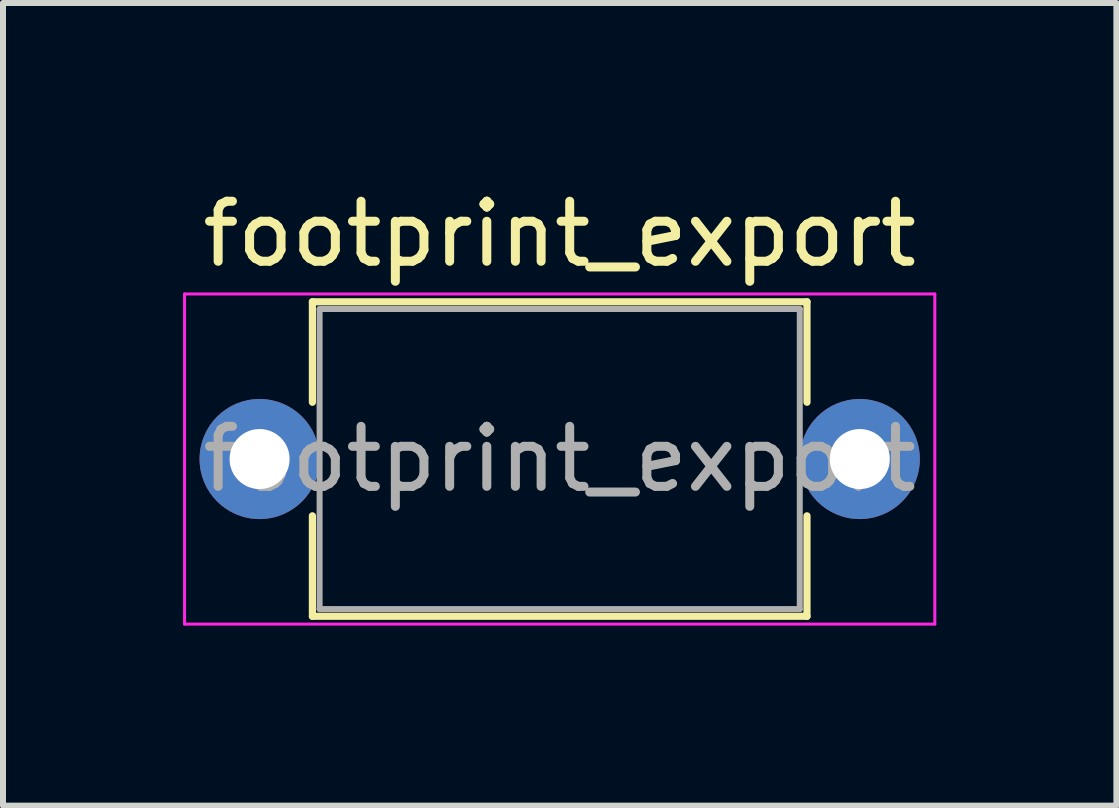
<source format=kicad_pcb>
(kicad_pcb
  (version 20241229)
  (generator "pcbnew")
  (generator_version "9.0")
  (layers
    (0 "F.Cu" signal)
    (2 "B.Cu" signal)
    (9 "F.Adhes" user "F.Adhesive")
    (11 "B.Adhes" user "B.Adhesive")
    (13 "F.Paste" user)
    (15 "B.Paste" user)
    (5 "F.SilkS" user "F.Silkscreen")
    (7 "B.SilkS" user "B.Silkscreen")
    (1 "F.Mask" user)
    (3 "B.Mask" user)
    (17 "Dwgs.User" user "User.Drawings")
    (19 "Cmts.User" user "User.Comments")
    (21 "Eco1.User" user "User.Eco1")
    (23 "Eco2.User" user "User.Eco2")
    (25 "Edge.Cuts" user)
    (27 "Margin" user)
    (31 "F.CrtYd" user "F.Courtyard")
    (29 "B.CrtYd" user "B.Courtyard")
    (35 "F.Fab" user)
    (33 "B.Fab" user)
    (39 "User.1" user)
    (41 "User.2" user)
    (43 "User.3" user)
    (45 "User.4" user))
  (footprint "footprint_export"
    (layer "F.Cu")
    (at 1.275 4.598)
    (property "Reference" "footprint_export" (at 5 -3.75 0) (layer "F.SilkS") (effects (font (size 1 1) (thickness 0.15))))
    (attr through_hole)
    (fp_line (start 0.88 -2.62) (end 0.88 -0.946) (stroke (width 0.12) (type solid)) (layer "F.SilkS"))
    (fp_line (start 0.88 -2.62) (end 9.12 -2.62) (stroke (width 0.12) (type solid)) (layer "F.SilkS"))
    (fp_line (start 0.88 0.946) (end 0.88 2.62) (stroke (width 0.12) (type solid)) (layer "F.SilkS"))
    (fp_line (start 0.88 2.62) (end 9.12 2.62) (stroke (width 0.12) (type solid)) (layer "F.SilkS"))
    (fp_line (start 9.12 -2.62) (end 9.12 -0.946) (stroke (width 0.12) (type solid)) (layer "F.SilkS"))
    (fp_line (start 9.12 0.946) (end 9.12 2.62) (stroke (width 0.12) (type solid)) (layer "F.SilkS"))
    (fp_line (start -1.25 -2.75) (end -1.25 2.75) (stroke (width 0.05) (type solid)) (layer "F.CrtYd"))
    (fp_line (start -1.25 2.75) (end 11.25 2.75) (stroke (width 0.05) (type solid)) (layer "F.CrtYd"))
    (fp_line (start 11.25 -2.75) (end -1.25 -2.75) (stroke (width 0.05) (type solid)) (layer "F.CrtYd"))
    (fp_line (start 11.25 2.75) (end 11.25 -2.75) (stroke (width 0.05) (type solid)) (layer "F.CrtYd"))
    (fp_line (start 1 -2.5) (end 1 2.5) (stroke (width 0.1) (type solid)) (layer "F.Fab"))
    (fp_line (start 1 2.5) (end 9 2.5) (stroke (width 0.1) (type solid)) (layer "F.Fab"))
    (fp_line (start 9 -2.5) (end 1 -2.5) (stroke (width 0.1) (type solid)) (layer "F.Fab"))
    (fp_line (start 9 2.5) (end 9 -2.5) (stroke (width 0.1) (type solid)) (layer "F.Fab"))
    (fp_text user "${REFERENCE}" (at 5 0 0) (layer "F.Fab") (effects (font (size 1 1) (thickness 0.15))))
    (pad "1" thru_hole circle (at 0 0) (size 2 2) (drill 1) (layers "*.Cu" "*.Mask"))
    (pad "2" thru_hole circle (at 10 0) (size 2 2) (drill 1) (layers "*.Cu" "*.Mask")))
  (gr_rect
    (start -3 -3)
    (end 15.55 10.373)
    (stroke (width 0.1) (type default))
    (fill no)
    (layer "Edge.Cuts")))
</source>
